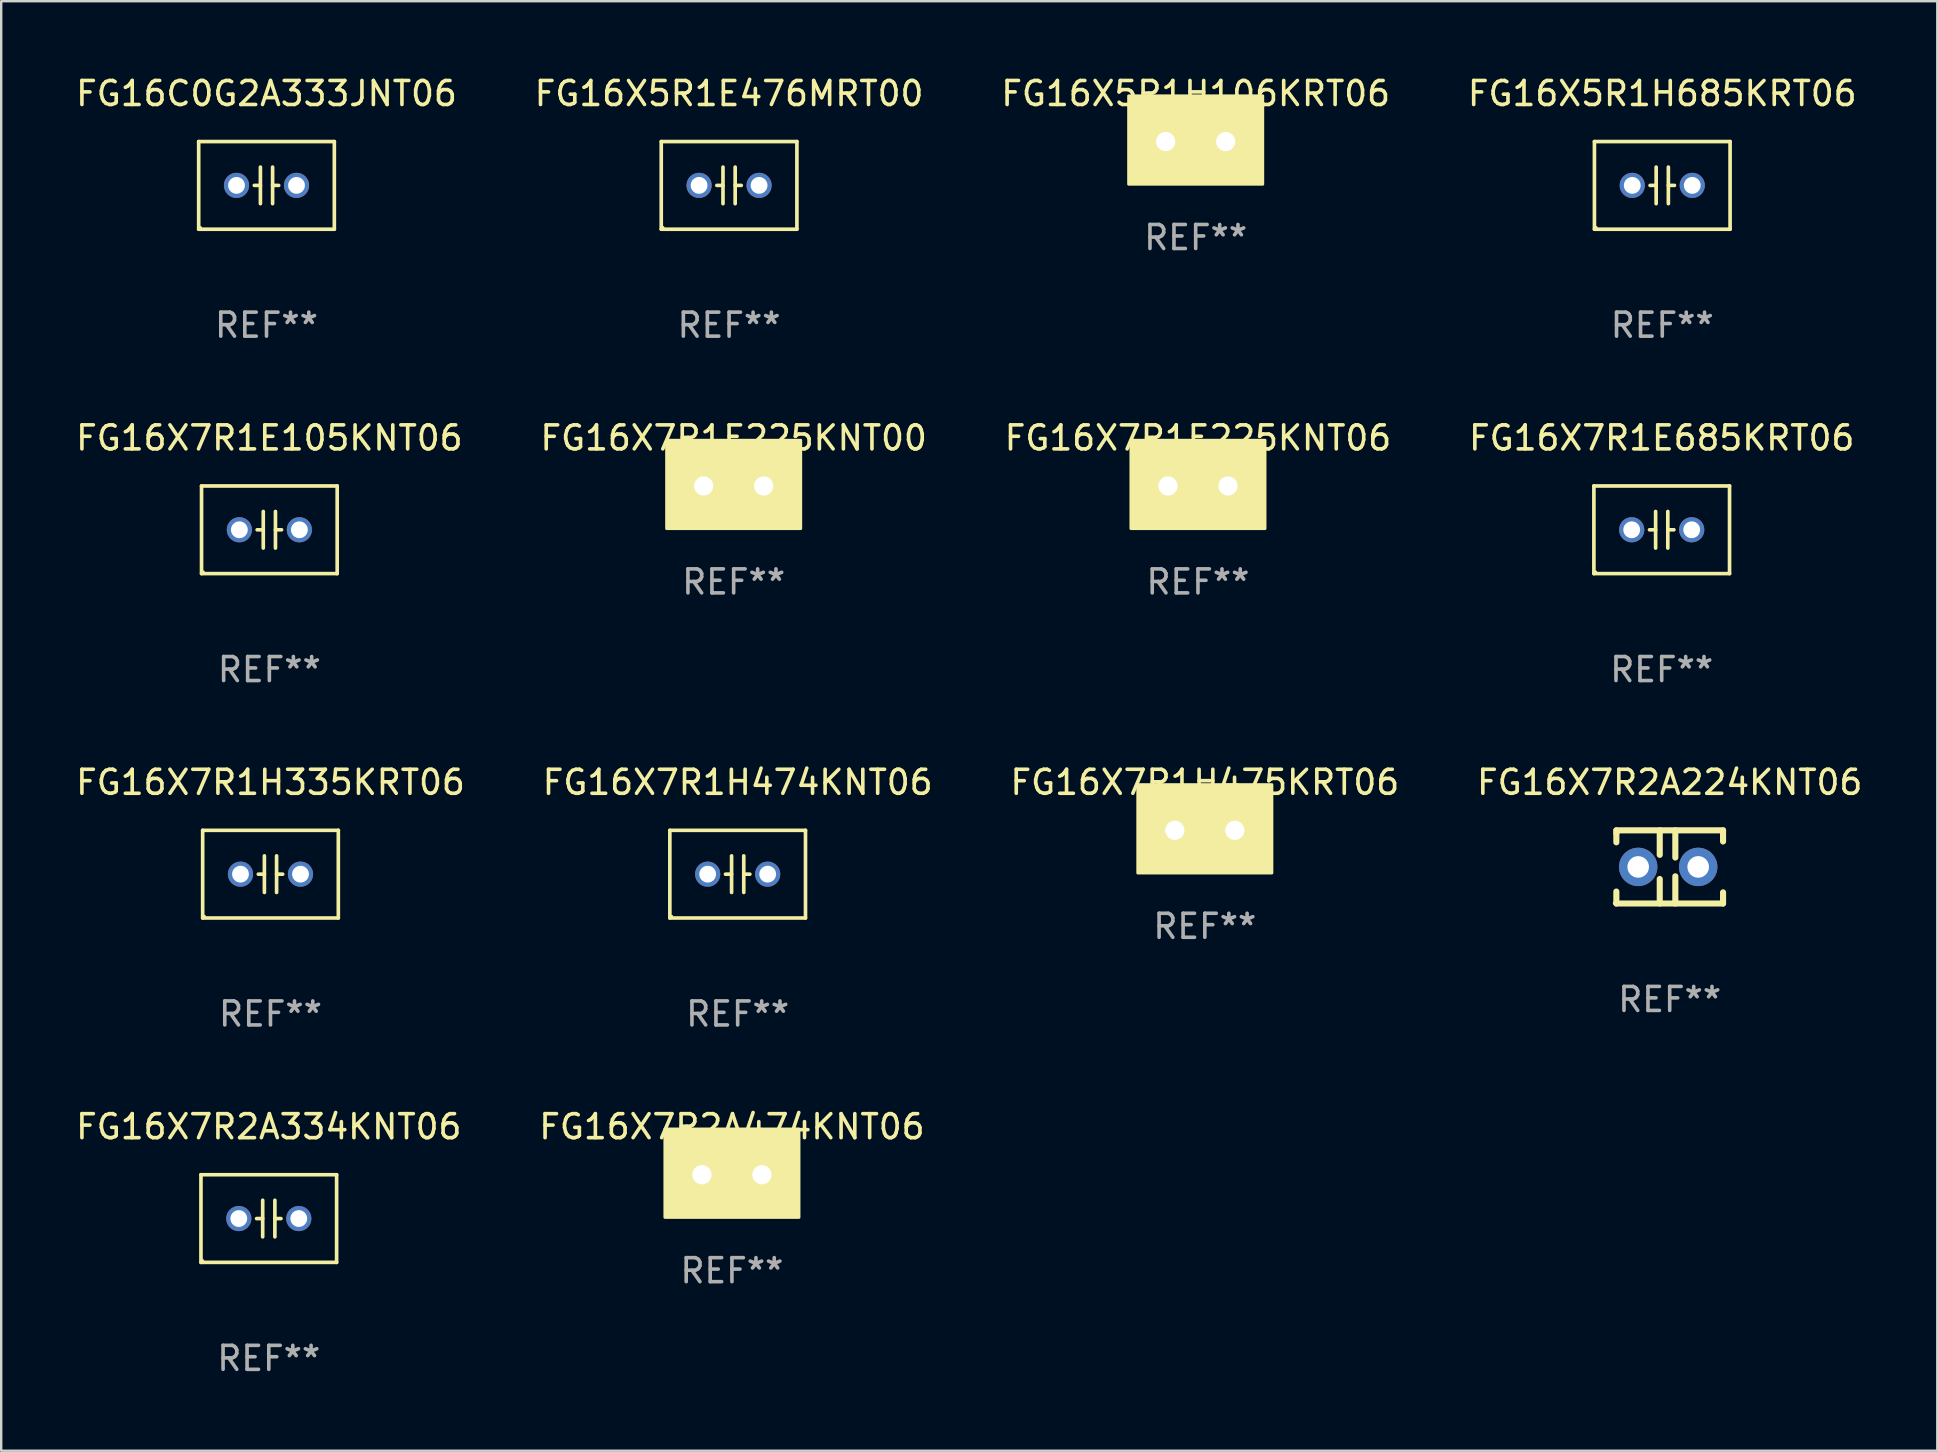
<source format=kicad_pcb>
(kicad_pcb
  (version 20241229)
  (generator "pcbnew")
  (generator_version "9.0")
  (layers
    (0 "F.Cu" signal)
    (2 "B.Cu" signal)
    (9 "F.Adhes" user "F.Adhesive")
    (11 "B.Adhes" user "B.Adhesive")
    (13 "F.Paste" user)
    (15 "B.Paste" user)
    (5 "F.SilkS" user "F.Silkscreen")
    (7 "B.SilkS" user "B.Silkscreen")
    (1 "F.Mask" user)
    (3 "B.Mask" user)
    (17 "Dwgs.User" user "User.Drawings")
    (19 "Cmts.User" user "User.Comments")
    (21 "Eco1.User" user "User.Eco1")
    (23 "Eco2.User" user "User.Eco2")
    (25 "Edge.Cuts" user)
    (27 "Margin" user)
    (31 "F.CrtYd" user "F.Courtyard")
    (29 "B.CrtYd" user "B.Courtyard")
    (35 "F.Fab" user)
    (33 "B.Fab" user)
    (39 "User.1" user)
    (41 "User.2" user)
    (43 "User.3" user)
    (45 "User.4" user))
  (footprint "FG16X5R1H106KRT06"
    (layer "F.Cu")
    (at 46.768 2.848)
    (property "Reference" "FG16X5R1H106KRT06" (at 0 -2 0) (layer "F.SilkS") (effects (font (size 1 1) (thickness 0.15))))
    (attr through_hole)
    (fp_circle (center -2.75 1.75) (end -2.72 1.75) (stroke (width 0.06) (type solid)) (fill no) (layer "F.SilkS"))
    (fp_poly (pts (xy -2.794 -1.905) (xy 2.794 -1.905) (xy 2.794 1.778) (xy -2.794 1.778)) (stroke (width 0.12) (type solid)) (fill yes) (layer "F.SilkS"))
    (fp_text user "REF**" (at 0 4 0) (layer "F.Fab") (effects (font (size 1 1) (thickness 0.15))))
    (pad "1" thru_hole circle (at -1.25 0) (size 1.2 1.2) (drill 0.8) (layers "*.Cu" "*.Mask"))
    (pad "2" thru_hole circle (at 1.25 0) (size 1.2 1.2) (drill 0.8) (layers "*.Cu" "*.Mask")))
  (footprint "FG16X5R1E476MRT00"
    (layer "F.Cu")
    (at 27.327 4.674)
    (property "Reference" "FG16X5R1E476MRT00" (at 0 -3.826 0) (layer "F.SilkS") (effects (font (size 1 1) (thickness 0.15))))
    (attr through_hole)
    (fp_line (start -2.826 -1.826) (end 2.826 -1.826) (stroke (width 0.152) (type solid)) (layer "F.SilkS"))
    (fp_line (start -2.826 1.826) (end -2.826 -1.826) (stroke (width 0.152) (type solid)) (layer "F.SilkS"))
    (fp_line (start -0.254 -0.762) (end -0.254 0.762) (stroke (width 0.152) (type solid)) (layer "F.SilkS"))
    (fp_line (start -0.254 0.001) (end -0.508 0.001) (stroke (width 0.152) (type solid)) (layer "F.SilkS"))
    (fp_line (start 0.254 0.001) (end 0.508 0.001) (stroke (width 0.152) (type solid)) (layer "F.SilkS"))
    (fp_line (start 0.254 0.762) (end 0.254 -0.762) (stroke (width 0.152) (type solid)) (layer "F.SilkS"))
    (fp_line (start 2.826 -1.826) (end 2.826 1.826) (stroke (width 0.152) (type solid)) (layer "F.SilkS"))
    (fp_line (start 2.826 1.826) (end -2.826 1.826) (stroke (width 0.152) (type solid)) (layer "F.SilkS"))
    (fp_circle (center -2.75 1.75) (end -2.72 1.75) (stroke (width 0.06) (type solid)) (fill no) (layer "F.SilkS"))
    (fp_text user "REF**" (at 0 5.826 0) (layer "F.Fab") (effects (font (size 1 1) (thickness 0.15))))
    (pad "1" thru_hole circle (at -1.25 -0.000013) (size 1.05 1.05) (drill 0.7) (layers "*.Cu" "*.Mask"))
    (pad "2" thru_hole circle (at 1.25 -0.000013) (size 1.05 1.05) (drill 0.7) (layers "*.Cu" "*.Mask")))
  (footprint "FG16X7R2A334KNT06"
    (layer "F.Cu")
    (at 8.149 47.721)
    (property "Reference" "FG16X7R2A334KNT06" (at 0 -3.826 0) (layer "F.SilkS") (effects (font (size 1 1) (thickness 0.15))))
    (attr through_hole)
    (fp_line (start -2.826 -1.826) (end 2.826 -1.826) (stroke (width 0.152) (type solid)) (layer "F.SilkS"))
    (fp_line (start -2.826 1.826) (end -2.826 -1.826) (stroke (width 0.152) (type solid)) (layer "F.SilkS"))
    (fp_line (start -0.254 -0.762) (end -0.254 0.762) (stroke (width 0.152) (type solid)) (layer "F.SilkS"))
    (fp_line (start -0.254 0.001) (end -0.508 0.001) (stroke (width 0.152) (type solid)) (layer "F.SilkS"))
    (fp_line (start 0.254 0.001) (end 0.508 0.001) (stroke (width 0.152) (type solid)) (layer "F.SilkS"))
    (fp_line (start 0.254 0.762) (end 0.254 -0.762) (stroke (width 0.152) (type solid)) (layer "F.SilkS"))
    (fp_line (start 2.826 -1.826) (end 2.826 1.826) (stroke (width 0.152) (type solid)) (layer "F.SilkS"))
    (fp_line (start 2.826 1.826) (end -2.826 1.826) (stroke (width 0.152) (type solid)) (layer "F.SilkS"))
    (fp_circle (center -2.75 1.75) (end -2.72 1.75) (stroke (width 0.06) (type solid)) (fill no) (layer "F.SilkS"))
    (fp_text user "REF**" (at 0 5.826 0) (layer "F.Fab") (effects (font (size 1 1) (thickness 0.15))))
    (pad "1" thru_hole circle (at -1.25 -0.000013) (size 1.05 1.05) (drill 0.7) (layers "*.Cu" "*.Mask"))
    (pad "2" thru_hole circle (at 1.25 -0.000013) (size 1.05 1.05) (drill 0.7) (layers "*.Cu" "*.Mask")))
  (footprint "FG16X7R1H475KRT06"
    (layer "F.Cu")
    (at 47.149 31.546)
    (property "Reference" "FG16X7R1H475KRT06" (at 0 -2 0) (layer "F.SilkS") (effects (font (size 1 1) (thickness 0.15))))
    (attr through_hole)
    (fp_circle (center -2.75 1.75) (end -2.72 1.75) (stroke (width 0.06) (type solid)) (fill no) (layer "F.SilkS"))
    (fp_poly (pts (xy -2.794 -1.905) (xy 2.794 -1.905) (xy 2.794 1.778) (xy -2.794 1.778)) (stroke (width 0.12) (type solid)) (fill yes) (layer "F.SilkS"))
    (fp_text user "REF**" (at 0 4 0) (layer "F.Fab") (effects (font (size 1 1) (thickness 0.15))))
    (pad "1" thru_hole circle (at -1.25 0) (size 1.2 1.2) (drill 0.8) (layers "*.Cu" "*.Mask"))
    (pad "2" thru_hole circle (at 1.25 0) (size 1.2 1.2) (drill 0.8) (layers "*.Cu" "*.Mask")))
  (footprint "FG16X7R2A474KNT06"
    (layer "F.Cu")
    (at 27.446 45.895)
    (property "Reference" "FG16X7R2A474KNT06" (at 0 -2 0) (layer "F.SilkS") (effects (font (size 1 1) (thickness 0.15))))
    (attr through_hole)
    (fp_circle (center -2.75 1.75) (end -2.72 1.75) (stroke (width 0.06) (type solid)) (fill no) (layer "F.SilkS"))
    (fp_poly (pts (xy -2.794 -1.905) (xy 2.794 -1.905) (xy 2.794 1.778) (xy -2.794 1.778)) (stroke (width 0.12) (type solid)) (fill yes) (layer "F.SilkS"))
    (fp_text user "REF**" (at 0 4 0) (layer "F.Fab") (effects (font (size 1 1) (thickness 0.15))))
    (pad "1" thru_hole circle (at -1.25 0) (size 1.2 1.2) (drill 0.8) (layers "*.Cu" "*.Mask"))
    (pad "2" thru_hole circle (at 1.25 0) (size 1.2 1.2) (drill 0.8) (layers "*.Cu" "*.Mask")))
  (footprint "FG16X5R1H685KRT06"
    (layer "F.Cu")
    (at 66.208 4.674)
    (property "Reference" "FG16X5R1H685KRT06" (at 0 -3.826 0) (layer "F.SilkS") (effects (font (size 1 1) (thickness 0.15))))
    (attr through_hole)
    (fp_line (start -2.826 -1.826) (end 2.826 -1.826) (stroke (width 0.152) (type solid)) (layer "F.SilkS"))
    (fp_line (start -2.826 1.826) (end -2.826 -1.826) (stroke (width 0.152) (type solid)) (layer "F.SilkS"))
    (fp_line (start -0.254 -0.762) (end -0.254 0.762) (stroke (width 0.152) (type solid)) (layer "F.SilkS"))
    (fp_line (start -0.254 0.001) (end -0.508 0.001) (stroke (width 0.152) (type solid)) (layer "F.SilkS"))
    (fp_line (start 0.254 0.001) (end 0.508 0.001) (stroke (width 0.152) (type solid)) (layer "F.SilkS"))
    (fp_line (start 0.254 0.762) (end 0.254 -0.762) (stroke (width 0.152) (type solid)) (layer "F.SilkS"))
    (fp_line (start 2.826 -1.826) (end 2.826 1.826) (stroke (width 0.152) (type solid)) (layer "F.SilkS"))
    (fp_line (start 2.826 1.826) (end -2.826 1.826) (stroke (width 0.152) (type solid)) (layer "F.SilkS"))
    (fp_circle (center -2.75 1.75) (end -2.72 1.75) (stroke (width 0.06) (type solid)) (fill no) (layer "F.SilkS"))
    (fp_text user "REF**" (at 0 5.826 0) (layer "F.Fab") (effects (font (size 1 1) (thickness 0.15))))
    (pad "1" thru_hole circle (at -1.25 -0.000013) (size 1.05 1.05) (drill 0.7) (layers "*.Cu" "*.Mask"))
    (pad "2" thru_hole circle (at 1.25 -0.000013) (size 1.05 1.05) (drill 0.7) (layers "*.Cu" "*.Mask")))
  (footprint "FG16X7R1H474KNT06"
    (layer "F.Cu")
    (at 27.685 33.372)
    (property "Reference" "FG16X7R1H474KNT06" (at 0 -3.826 0) (layer "F.SilkS") (effects (font (size 1 1) (thickness 0.15))))
    (attr through_hole)
    (fp_line (start -2.826 -1.826) (end 2.826 -1.826) (stroke (width 0.152) (type solid)) (layer "F.SilkS"))
    (fp_line (start -2.826 1.826) (end -2.826 -1.826) (stroke (width 0.152) (type solid)) (layer "F.SilkS"))
    (fp_line (start -0.254 -0.762) (end -0.254 0.762) (stroke (width 0.152) (type solid)) (layer "F.SilkS"))
    (fp_line (start -0.254 0.001) (end -0.508 0.001) (stroke (width 0.152) (type solid)) (layer "F.SilkS"))
    (fp_line (start 0.254 0.001) (end 0.508 0.001) (stroke (width 0.152) (type solid)) (layer "F.SilkS"))
    (fp_line (start 0.254 0.762) (end 0.254 -0.762) (stroke (width 0.152) (type solid)) (layer "F.SilkS"))
    (fp_line (start 2.826 -1.826) (end 2.826 1.826) (stroke (width 0.152) (type solid)) (layer "F.SilkS"))
    (fp_line (start 2.826 1.826) (end -2.826 1.826) (stroke (width 0.152) (type solid)) (layer "F.SilkS"))
    (fp_circle (center -2.75 1.75) (end -2.72 1.75) (stroke (width 0.06) (type solid)) (fill no) (layer "F.SilkS"))
    (fp_text user "REF**" (at 0 5.826 0) (layer "F.Fab") (effects (font (size 1 1) (thickness 0.15))))
    (pad "1" thru_hole circle (at -1.25 -0.000013) (size 1.05 1.05) (drill 0.7) (layers "*.Cu" "*.Mask"))
    (pad "2" thru_hole circle (at 1.25 -0.000013) (size 1.05 1.05) (drill 0.7) (layers "*.Cu" "*.Mask")))
  (footprint "FG16X7R1E105KNT06"
    (layer "F.Cu")
    (at 8.173 19.023)
    (property "Reference" "FG16X7R1E105KNT06" (at 0 -3.826 0) (layer "F.SilkS") (effects (font (size 1 1) (thickness 0.15))))
    (attr through_hole)
    (fp_line (start -2.826 -1.826) (end 2.826 -1.826) (stroke (width 0.152) (type solid)) (layer "F.SilkS"))
    (fp_line (start -2.826 1.826) (end -2.826 -1.826) (stroke (width 0.152) (type solid)) (layer "F.SilkS"))
    (fp_line (start -0.254 -0.762) (end -0.254 0.762) (stroke (width 0.152) (type solid)) (layer "F.SilkS"))
    (fp_line (start -0.254 0.001) (end -0.508 0.001) (stroke (width 0.152) (type solid)) (layer "F.SilkS"))
    (fp_line (start 0.254 0.001) (end 0.508 0.001) (stroke (width 0.152) (type solid)) (layer "F.SilkS"))
    (fp_line (start 0.254 0.762) (end 0.254 -0.762) (stroke (width 0.152) (type solid)) (layer "F.SilkS"))
    (fp_line (start 2.826 -1.826) (end 2.826 1.826) (stroke (width 0.152) (type solid)) (layer "F.SilkS"))
    (fp_line (start 2.826 1.826) (end -2.826 1.826) (stroke (width 0.152) (type solid)) (layer "F.SilkS"))
    (fp_circle (center -2.75 1.75) (end -2.72 1.75) (stroke (width 0.06) (type solid)) (fill no) (layer "F.SilkS"))
    (fp_text user "REF**" (at 0 5.826 0) (layer "F.Fab") (effects (font (size 1 1) (thickness 0.15))))
    (pad "1" thru_hole circle (at -1.25 -0.000013) (size 1.05 1.05) (drill 0.7) (layers "*.Cu" "*.Mask"))
    (pad "2" thru_hole circle (at 1.25 -0.000013) (size 1.05 1.05) (drill 0.7) (layers "*.Cu" "*.Mask")))
  (footprint "FG16X7R2A224KNT06"
    (layer "F.Cu")
    (at 66.518 33.07)
    (property "Reference" "FG16X7R2A224KNT06" (at 0 -3.524 0) (layer "F.SilkS") (effects (font (size 1 1) (thickness 0.15))))
    (attr through_hole)
    (fp_line (start -2.223 -1.524) (end 2.223 -1.524) (stroke (width 0.254) (type solid)) (layer "F.SilkS"))
    (fp_line (start -2.223 -1.397) (end -2.223 -1.524) (stroke (width 0.254) (type solid)) (layer "F.SilkS"))
    (fp_line (start -2.223 -1.026) (end -2.223 -1.397) (stroke (width 0.254) (type solid)) (layer "F.SilkS"))
    (fp_line (start -2.223 1.524) (end -2.223 1.026) (stroke (width 0.254) (type solid)) (layer "F.SilkS"))
    (fp_line (start -0.415 -1.524) (end -0.415 -0.503) (stroke (width 0.254) (type solid)) (layer "F.SilkS"))
    (fp_line (start -0.415 0.503) (end -0.415 1.524) (stroke (width 0.254) (type solid)) (layer "F.SilkS"))
    (fp_line (start 0.234 -1.524) (end 0.234 -0.391) (stroke (width 0.254) (type solid)) (layer "F.SilkS"))
    (fp_line (start 0.234 0.391) (end 0.234 1.524) (stroke (width 0.254) (type solid)) (layer "F.SilkS"))
    (fp_line (start 2.223 -1.524) (end 2.223 -1.06) (stroke (width 0.254) (type solid)) (layer "F.SilkS"))
    (fp_line (start 2.223 1.06) (end 2.223 1.524) (stroke (width 0.254) (type solid)) (layer "F.SilkS"))
    (fp_line (start 2.223 1.524) (end -2.223 1.524) (stroke (width 0.254) (type solid)) (layer "F.SilkS"))
    (fp_circle (center -2.314 1.5) (end -2.284 1.5) (stroke (width 0.06) (type solid)) (fill no) (layer "F.SilkS"))
    (fp_text user "REF**" (at 0 5.524 0) (layer "F.Fab") (effects (font (size 1 1) (thickness 0.15))))
    (pad "1" thru_hole circle (at -1.313 0) (size 1.6 1.6) (drill 0.9) (layers "*.Cu" "*.Mask"))
    (pad "2" thru_hole circle (at 1.187 0) (size 1.6 1.6) (drill 0.9) (layers "*.Cu" "*.Mask")))
  (footprint "FG16X7R1E225KNT06"
    (layer "F.Cu")
    (at 46.863 17.197)
    (property "Reference" "FG16X7R1E225KNT06" (at 0 -2 0) (layer "F.SilkS") (effects (font (size 1 1) (thickness 0.15))))
    (attr through_hole)
    (fp_circle (center -2.75 1.75) (end -2.72 1.75) (stroke (width 0.06) (type solid)) (fill no) (layer "F.SilkS"))
    (fp_poly (pts (xy -2.794 -1.905) (xy 2.794 -1.905) (xy 2.794 1.778) (xy -2.794 1.778)) (stroke (width 0.12) (type solid)) (fill yes) (layer "F.SilkS"))
    (fp_text user "REF**" (at 0 4 0) (layer "F.Fab") (effects (font (size 1 1) (thickness 0.15))))
    (pad "1" thru_hole circle (at -1.25 0) (size 1.2 1.2) (drill 0.8) (layers "*.Cu" "*.Mask"))
    (pad "2" thru_hole circle (at 1.25 0) (size 1.2 1.2) (drill 0.8) (layers "*.Cu" "*.Mask")))
  (footprint "FG16X7R1E225KNT00"
    (layer "F.Cu")
    (at 27.518 17.197)
    (property "Reference" "FG16X7R1E225KNT00" (at 0 -2 0) (layer "F.SilkS") (effects (font (size 1 1) (thickness 0.15))))
    (attr through_hole)
    (fp_circle (center -2.75 1.75) (end -2.72 1.75) (stroke (width 0.06) (type solid)) (fill no) (layer "F.SilkS"))
    (fp_poly (pts (xy -2.794 -1.905) (xy 2.794 -1.905) (xy 2.794 1.778) (xy -2.794 1.778)) (stroke (width 0.12) (type solid)) (fill yes) (layer "F.SilkS"))
    (fp_text user "REF**" (at 0 4 0) (layer "F.Fab") (effects (font (size 1 1) (thickness 0.15))))
    (pad "1" thru_hole circle (at -1.25 0) (size 1.2 1.2) (drill 0.8) (layers "*.Cu" "*.Mask"))
    (pad "2" thru_hole circle (at 1.25 0) (size 1.2 1.2) (drill 0.8) (layers "*.Cu" "*.Mask")))
  (footprint "FG16X7R1H335KRT06"
    (layer "F.Cu")
    (at 8.22 33.372)
    (property "Reference" "FG16X7R1H335KRT06" (at 0 -3.826 0) (layer "F.SilkS") (effects (font (size 1 1) (thickness 0.15))))
    (attr through_hole)
    (fp_line (start -2.826 -1.826) (end 2.826 -1.826) (stroke (width 0.152) (type solid)) (layer "F.SilkS"))
    (fp_line (start -2.826 1.826) (end -2.826 -1.826) (stroke (width 0.152) (type solid)) (layer "F.SilkS"))
    (fp_line (start -0.254 -0.762) (end -0.254 0.762) (stroke (width 0.152) (type solid)) (layer "F.SilkS"))
    (fp_line (start -0.254 0.001) (end -0.508 0.001) (stroke (width 0.152) (type solid)) (layer "F.SilkS"))
    (fp_line (start 0.254 0.001) (end 0.508 0.001) (stroke (width 0.152) (type solid)) (layer "F.SilkS"))
    (fp_line (start 0.254 0.762) (end 0.254 -0.762) (stroke (width 0.152) (type solid)) (layer "F.SilkS"))
    (fp_line (start 2.826 -1.826) (end 2.826 1.826) (stroke (width 0.152) (type solid)) (layer "F.SilkS"))
    (fp_line (start 2.826 1.826) (end -2.826 1.826) (stroke (width 0.152) (type solid)) (layer "F.SilkS"))
    (fp_circle (center -2.75 1.75) (end -2.72 1.75) (stroke (width 0.06) (type solid)) (fill no) (layer "F.SilkS"))
    (fp_text user "REF**" (at 0 5.826 0) (layer "F.Fab") (effects (font (size 1 1) (thickness 0.15))))
    (pad "1" thru_hole circle (at -1.25 -0.000013) (size 1.05 1.05) (drill 0.7) (layers "*.Cu" "*.Mask"))
    (pad "2" thru_hole circle (at 1.25 -0.000013) (size 1.05 1.05) (drill 0.7) (layers "*.Cu" "*.Mask")))
  (footprint "FG16X7R1E685KRT06"
    (layer "F.Cu")
    (at 66.185 19.023)
    (property "Reference" "FG16X7R1E685KRT06" (at 0 -3.826 0) (layer "F.SilkS") (effects (font (size 1 1) (thickness 0.15))))
    (attr through_hole)
    (fp_line (start -2.826 -1.826) (end 2.826 -1.826) (stroke (width 0.152) (type solid)) (layer "F.SilkS"))
    (fp_line (start -2.826 1.826) (end -2.826 -1.826) (stroke (width 0.152) (type solid)) (layer "F.SilkS"))
    (fp_line (start -0.254 -0.762) (end -0.254 0.762) (stroke (width 0.152) (type solid)) (layer "F.SilkS"))
    (fp_line (start -0.254 0.001) (end -0.508 0.001) (stroke (width 0.152) (type solid)) (layer "F.SilkS"))
    (fp_line (start 0.254 0.001) (end 0.508 0.001) (stroke (width 0.152) (type solid)) (layer "F.SilkS"))
    (fp_line (start 0.254 0.762) (end 0.254 -0.762) (stroke (width 0.152) (type solid)) (layer "F.SilkS"))
    (fp_line (start 2.826 -1.826) (end 2.826 1.826) (stroke (width 0.152) (type solid)) (layer "F.SilkS"))
    (fp_line (start 2.826 1.826) (end -2.826 1.826) (stroke (width 0.152) (type solid)) (layer "F.SilkS"))
    (fp_circle (center -2.75 1.75) (end -2.72 1.75) (stroke (width 0.06) (type solid)) (fill no) (layer "F.SilkS"))
    (fp_text user "REF**" (at 0 5.826 0) (layer "F.Fab") (effects (font (size 1 1) (thickness 0.15))))
    (pad "1" thru_hole circle (at -1.25 -0.000013) (size 1.05 1.05) (drill 0.7) (layers "*.Cu" "*.Mask"))
    (pad "2" thru_hole circle (at 1.25 -0.000013) (size 1.05 1.05) (drill 0.7) (layers "*.Cu" "*.Mask")))
  (footprint "FG16C0G2A333JNT06"
    (layer "F.Cu")
    (at 8.054 4.674)
    (property "Reference" "FG16C0G2A333JNT06" (at 0 -3.826 0) (layer "F.SilkS") (effects (font (size 1 1) (thickness 0.15))))
    (attr through_hole)
    (fp_line (start -2.826 -1.826) (end 2.826 -1.826) (stroke (width 0.152) (type solid)) (layer "F.SilkS"))
    (fp_line (start -2.826 1.826) (end -2.826 -1.826) (stroke (width 0.152) (type solid)) (layer "F.SilkS"))
    (fp_line (start -0.254 -0.762) (end -0.254 0.762) (stroke (width 0.152) (type solid)) (layer "F.SilkS"))
    (fp_line (start -0.254 0.001) (end -0.508 0.001) (stroke (width 0.152) (type solid)) (layer "F.SilkS"))
    (fp_line (start 0.254 0.001) (end 0.508 0.001) (stroke (width 0.152) (type solid)) (layer "F.SilkS"))
    (fp_line (start 0.254 0.762) (end 0.254 -0.762) (stroke (width 0.152) (type solid)) (layer "F.SilkS"))
    (fp_line (start 2.826 -1.826) (end 2.826 1.826) (stroke (width 0.152) (type solid)) (layer "F.SilkS"))
    (fp_line (start 2.826 1.826) (end -2.826 1.826) (stroke (width 0.152) (type solid)) (layer "F.SilkS"))
    (fp_circle (center -2.75 1.75) (end -2.72 1.75) (stroke (width 0.06) (type solid)) (fill no) (layer "F.SilkS"))
    (fp_text user "REF**" (at 0 5.826 0) (layer "F.Fab") (effects (font (size 1 1) (thickness 0.15))))
    (pad "1" thru_hole circle (at -1.25 -0.000013) (size 1.05 1.05) (drill 0.7) (layers "*.Cu" "*.Mask"))
    (pad "2" thru_hole circle (at 1.25 -0.000013) (size 1.05 1.05) (drill 0.7) (layers "*.Cu" "*.Mask")))
  (gr_rect
    (start -3 -3)
    (end 77.667 57.396)
    (stroke (width 0.1) (type default))
    (fill no)
    (layer "Edge.Cuts")))
</source>
